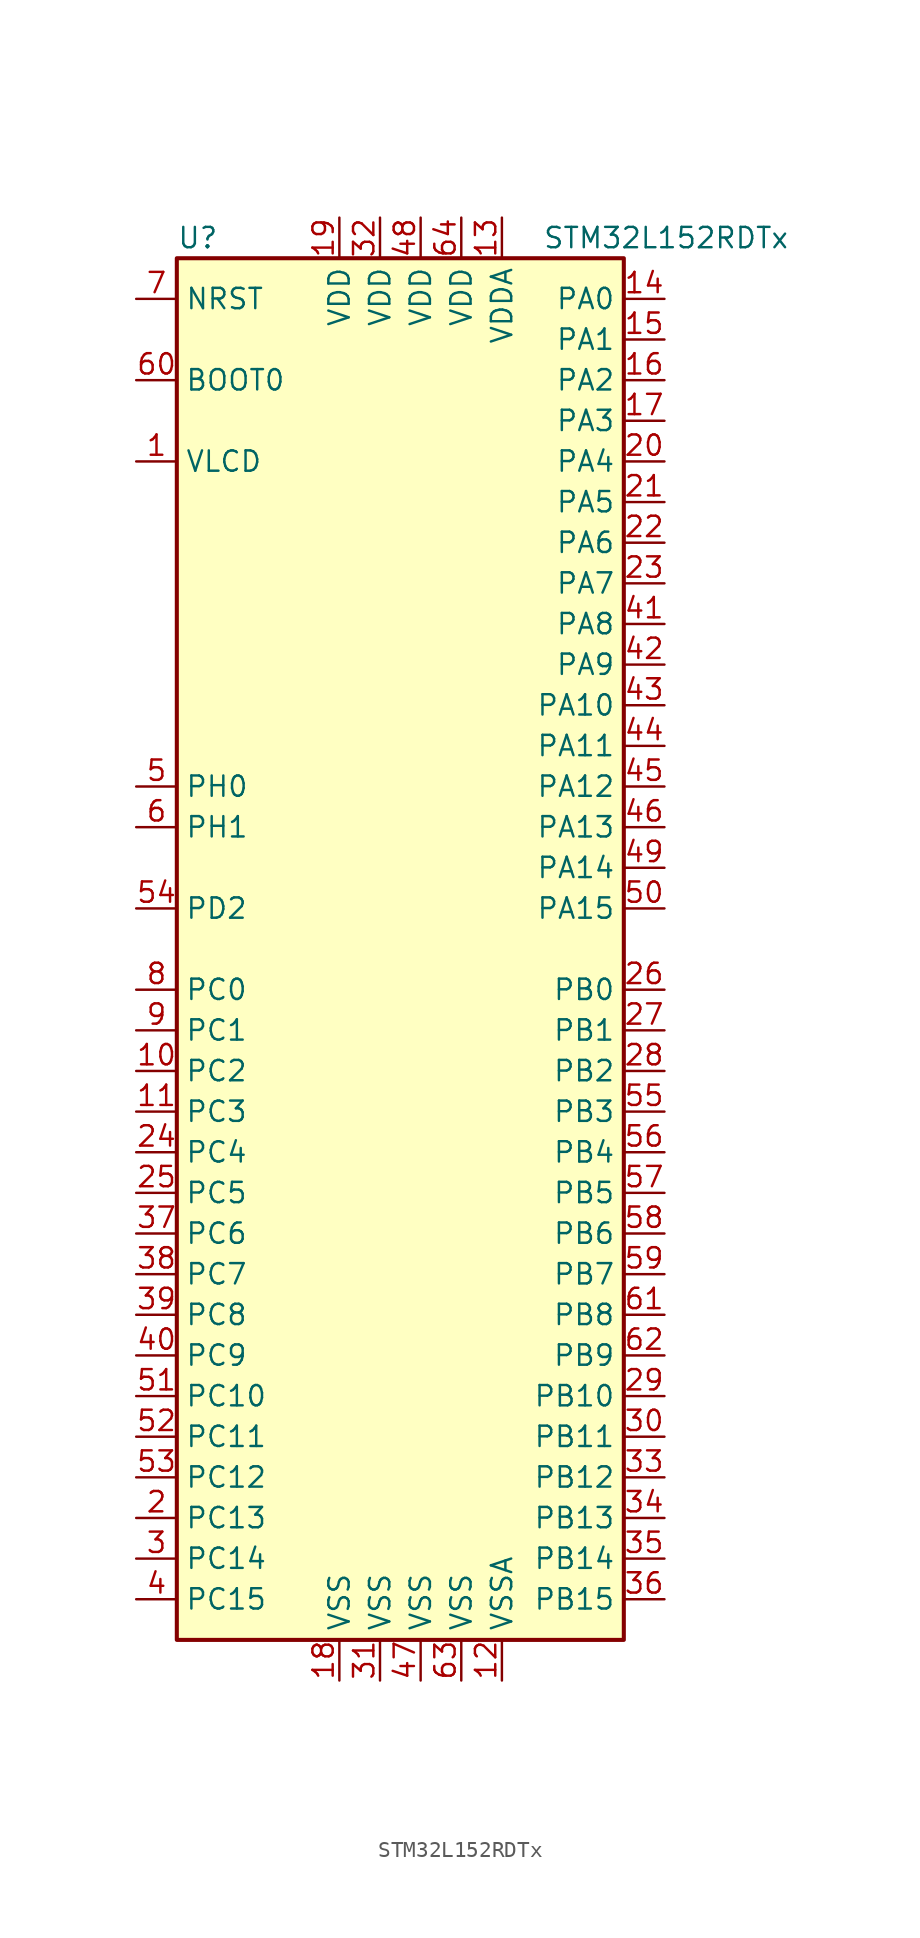
<source format=kicad_sym>
(kicad_symbol_lib
  (version 20201005)
  (generator kicad_symbol_editor)
  (symbol "STM32L152RDTx"
    (property "Reference" "U"
      (at -15.24 44.45 0)
      (effects (font (size 1.27 1.27)) (justify left)))
    (property "Value" "STM32L152RDTx"
      (at 7.62 44.45 0)
      (effects (font (size 1.27 1.27)) (justify left)))
    (symbol "STM32L152RDTx_0_1"
      (rectangle (start -15.24 -43.18) (end 12.7 43.18) (stroke (width 0.254)) (fill (type background))))
    (symbol "STM32L152RDTx_1_1"
      (pin input line (at -17.78 35.56 0) (length 2.54) (name "BOOT0" (effects (font (size 1.27 1.27)))) (number "60" (effects (font (size 1.27 1.27)))))
      (pin input line (at -17.78 40.64 0) (length 2.54) (name "NRST" (effects (font (size 1.27 1.27)))) (number "7" (effects (font (size 1.27 1.27)))))
      (pin bidirectional line (at 15.24 40.64 180) (length 2.54) (name "PA0" (effects (font (size 1.27 1.27)))) (number "14" (effects (font (size 1.27 1.27)))))
      (pin bidirectional line (at 15.24 38.1 180) (length 2.54) (name "PA1" (effects (font (size 1.27 1.27)))) (number "15" (effects (font (size 1.27 1.27)))))
      (pin bidirectional line (at 15.24 15.24 180) (length 2.54) (name "PA10" (effects (font (size 1.27 1.27)))) (number "43" (effects (font (size 1.27 1.27)))))
      (pin bidirectional line (at 15.24 12.7 180) (length 2.54) (name "PA11" (effects (font (size 1.27 1.27)))) (number "44" (effects (font (size 1.27 1.27)))))
      (pin bidirectional line (at 15.24 10.16 180) (length 2.54) (name "PA12" (effects (font (size 1.27 1.27)))) (number "45" (effects (font (size 1.27 1.27)))))
      (pin bidirectional line (at 15.24 7.62 180) (length 2.54) (name "PA13" (effects (font (size 1.27 1.27)))) (number "46" (effects (font (size 1.27 1.27)))))
      (pin bidirectional line (at 15.24 5.08 180) (length 2.54) (name "PA14" (effects (font (size 1.27 1.27)))) (number "49" (effects (font (size 1.27 1.27)))))
      (pin bidirectional line (at 15.24 2.54 180) (length 2.54) (name "PA15" (effects (font (size 1.27 1.27)))) (number "50" (effects (font (size 1.27 1.27)))))
      (pin bidirectional line (at 15.24 35.56 180) (length 2.54) (name "PA2" (effects (font (size 1.27 1.27)))) (number "16" (effects (font (size 1.27 1.27)))))
      (pin bidirectional line (at 15.24 33.02 180) (length 2.54) (name "PA3" (effects (font (size 1.27 1.27)))) (number "17" (effects (font (size 1.27 1.27)))))
      (pin bidirectional line (at 15.24 30.48 180) (length 2.54) (name "PA4" (effects (font (size 1.27 1.27)))) (number "20" (effects (font (size 1.27 1.27)))))
      (pin bidirectional line (at 15.24 27.94 180) (length 2.54) (name "PA5" (effects (font (size 1.27 1.27)))) (number "21" (effects (font (size 1.27 1.27)))))
      (pin bidirectional line (at 15.24 25.4 180) (length 2.54) (name "PA6" (effects (font (size 1.27 1.27)))) (number "22" (effects (font (size 1.27 1.27)))))
      (pin bidirectional line (at 15.24 22.86 180) (length 2.54) (name "PA7" (effects (font (size 1.27 1.27)))) (number "23" (effects (font (size 1.27 1.27)))))
      (pin bidirectional line (at 15.24 20.32 180) (length 2.54) (name "PA8" (effects (font (size 1.27 1.27)))) (number "41" (effects (font (size 1.27 1.27)))))
      (pin bidirectional line (at 15.24 17.78 180) (length 2.54) (name "PA9" (effects (font (size 1.27 1.27)))) (number "42" (effects (font (size 1.27 1.27)))))
      (pin bidirectional line (at 15.24 -2.54 180) (length 2.54) (name "PB0" (effects (font (size 1.27 1.27)))) (number "26" (effects (font (size 1.27 1.27)))))
      (pin bidirectional line (at 15.24 -5.08 180) (length 2.54) (name "PB1" (effects (font (size 1.27 1.27)))) (number "27" (effects (font (size 1.27 1.27)))))
      (pin bidirectional line (at 15.24 -27.94 180) (length 2.54) (name "PB10" (effects (font (size 1.27 1.27)))) (number "29" (effects (font (size 1.27 1.27)))))
      (pin bidirectional line (at 15.24 -30.48 180) (length 2.54) (name "PB11" (effects (font (size 1.27 1.27)))) (number "30" (effects (font (size 1.27 1.27)))))
      (pin bidirectional line (at 15.24 -33.02 180) (length 2.54) (name "PB12" (effects (font (size 1.27 1.27)))) (number "33" (effects (font (size 1.27 1.27)))))
      (pin bidirectional line (at 15.24 -35.56 180) (length 2.54) (name "PB13" (effects (font (size 1.27 1.27)))) (number "34" (effects (font (size 1.27 1.27)))))
      (pin bidirectional line (at 15.24 -38.1 180) (length 2.54) (name "PB14" (effects (font (size 1.27 1.27)))) (number "35" (effects (font (size 1.27 1.27)))))
      (pin bidirectional line (at 15.24 -40.64 180) (length 2.54) (name "PB15" (effects (font (size 1.27 1.27)))) (number "36" (effects (font (size 1.27 1.27)))))
      (pin bidirectional line (at 15.24 -7.62 180) (length 2.54) (name "PB2" (effects (font (size 1.27 1.27)))) (number "28" (effects (font (size 1.27 1.27)))))
      (pin bidirectional line (at 15.24 -10.16 180) (length 2.54) (name "PB3" (effects (font (size 1.27 1.27)))) (number "55" (effects (font (size 1.27 1.27)))))
      (pin bidirectional line (at 15.24 -12.7 180) (length 2.54) (name "PB4" (effects (font (size 1.27 1.27)))) (number "56" (effects (font (size 1.27 1.27)))))
      (pin bidirectional line (at 15.24 -15.24 180) (length 2.54) (name "PB5" (effects (font (size 1.27 1.27)))) (number "57" (effects (font (size 1.27 1.27)))))
      (pin bidirectional line (at 15.24 -17.78 180) (length 2.54) (name "PB6" (effects (font (size 1.27 1.27)))) (number "58" (effects (font (size 1.27 1.27)))))
      (pin bidirectional line (at 15.24 -20.32 180) (length 2.54) (name "PB7" (effects (font (size 1.27 1.27)))) (number "59" (effects (font (size 1.27 1.27)))))
      (pin bidirectional line (at 15.24 -22.86 180) (length 2.54) (name "PB8" (effects (font (size 1.27 1.27)))) (number "61" (effects (font (size 1.27 1.27)))))
      (pin bidirectional line (at 15.24 -25.4 180) (length 2.54) (name "PB9" (effects (font (size 1.27 1.27)))) (number "62" (effects (font (size 1.27 1.27)))))
      (pin bidirectional line (at -17.78 -2.54 0) (length 2.54) (name "PC0" (effects (font (size 1.27 1.27)))) (number "8" (effects (font (size 1.27 1.27)))))
      (pin bidirectional line (at -17.78 -5.08 0) (length 2.54) (name "PC1" (effects (font (size 1.27 1.27)))) (number "9" (effects (font (size 1.27 1.27)))))
      (pin bidirectional line (at -17.78 -27.94 0) (length 2.54) (name "PC10" (effects (font (size 1.27 1.27)))) (number "51" (effects (font (size 1.27 1.27)))))
      (pin bidirectional line (at -17.78 -30.48 0) (length 2.54) (name "PC11" (effects (font (size 1.27 1.27)))) (number "52" (effects (font (size 1.27 1.27)))))
      (pin bidirectional line (at -17.78 -33.02 0) (length 2.54) (name "PC12" (effects (font (size 1.27 1.27)))) (number "53" (effects (font (size 1.27 1.27)))))
      (pin bidirectional line (at -17.78 -35.56 0) (length 2.54) (name "PC13" (effects (font (size 1.27 1.27)))) (number "2" (effects (font (size 1.27 1.27)))))
      (pin bidirectional line (at -17.78 -38.1 0) (length 2.54) (name "PC14" (effects (font (size 1.27 1.27)))) (number "3" (effects (font (size 1.27 1.27)))))
      (pin bidirectional line (at -17.78 -40.64 0) (length 2.54) (name "PC15" (effects (font (size 1.27 1.27)))) (number "4" (effects (font (size 1.27 1.27)))))
      (pin bidirectional line (at -17.78 -7.62 0) (length 2.54) (name "PC2" (effects (font (size 1.27 1.27)))) (number "10" (effects (font (size 1.27 1.27)))))
      (pin bidirectional line (at -17.78 -10.16 0) (length 2.54) (name "PC3" (effects (font (size 1.27 1.27)))) (number "11" (effects (font (size 1.27 1.27)))))
      (pin bidirectional line (at -17.78 -12.7 0) (length 2.54) (name "PC4" (effects (font (size 1.27 1.27)))) (number "24" (effects (font (size 1.27 1.27)))))
      (pin bidirectional line (at -17.78 -15.24 0) (length 2.54) (name "PC5" (effects (font (size 1.27 1.27)))) (number "25" (effects (font (size 1.27 1.27)))))
      (pin bidirectional line (at -17.78 -17.78 0) (length 2.54) (name "PC6" (effects (font (size 1.27 1.27)))) (number "37" (effects (font (size 1.27 1.27)))))
      (pin bidirectional line (at -17.78 -20.32 0) (length 2.54) (name "PC7" (effects (font (size 1.27 1.27)))) (number "38" (effects (font (size 1.27 1.27)))))
      (pin bidirectional line (at -17.78 -22.86 0) (length 2.54) (name "PC8" (effects (font (size 1.27 1.27)))) (number "39" (effects (font (size 1.27 1.27)))))
      (pin bidirectional line (at -17.78 -25.4 0) (length 2.54) (name "PC9" (effects (font (size 1.27 1.27)))) (number "40" (effects (font (size 1.27 1.27)))))
      (pin bidirectional line (at -17.78 2.54 0) (length 2.54) (name "PD2" (effects (font (size 1.27 1.27)))) (number "54" (effects (font (size 1.27 1.27)))))
      (pin input line (at -17.78 10.16 0) (length 2.54) (name "PH0" (effects (font (size 1.27 1.27)))) (number "5" (effects (font (size 1.27 1.27)))))
      (pin input line (at -17.78 7.62 0) (length 2.54) (name "PH1" (effects (font (size 1.27 1.27)))) (number "6" (effects (font (size 1.27 1.27)))))
      (pin power_in line (at -5.08 45.72 270) (length 2.54) (name "VDD" (effects (font (size 1.27 1.27)))) (number "19" (effects (font (size 1.27 1.27)))))
      (pin power_in line (at -2.54 45.72 270) (length 2.54) (name "VDD" (effects (font (size 1.27 1.27)))) (number "32" (effects (font (size 1.27 1.27)))))
      (pin power_in line (at 0 45.72 270) (length 2.54) (name "VDD" (effects (font (size 1.27 1.27)))) (number "48" (effects (font (size 1.27 1.27)))))
      (pin power_in line (at 2.54 45.72 270) (length 2.54) (name "VDD" (effects (font (size 1.27 1.27)))) (number "64" (effects (font (size 1.27 1.27)))))
      (pin power_in line (at 5.08 45.72 270) (length 2.54) (name "VDDA" (effects (font (size 1.27 1.27)))) (number "13" (effects (font (size 1.27 1.27)))))
      (pin power_in line (at -17.78 30.48 0) (length 2.54) (name "VLCD" (effects (font (size 1.27 1.27)))) (number "1" (effects (font (size 1.27 1.27)))))
      (pin power_in line (at -5.08 -45.72 90) (length 2.54) (name "VSS" (effects (font (size 1.27 1.27)))) (number "18" (effects (font (size 1.27 1.27)))))
      (pin power_in line (at -2.54 -45.72 90) (length 2.54) (name "VSS" (effects (font (size 1.27 1.27)))) (number "31" (effects (font (size 1.27 1.27)))))
      (pin power_in line (at 0 -45.72 90) (length 2.54) (name "VSS" (effects (font (size 1.27 1.27)))) (number "47" (effects (font (size 1.27 1.27)))))
      (pin power_in line (at 2.54 -45.72 90) (length 2.54) (name "VSS" (effects (font (size 1.27 1.27)))) (number "63" (effects (font (size 1.27 1.27)))))
      (pin power_in line (at 5.08 -45.72 90) (length 2.54) (name "VSSA" (effects (font (size 1.27 1.27)))) (number "12" (effects (font (size 1.27 1.27))))))))
</source>
